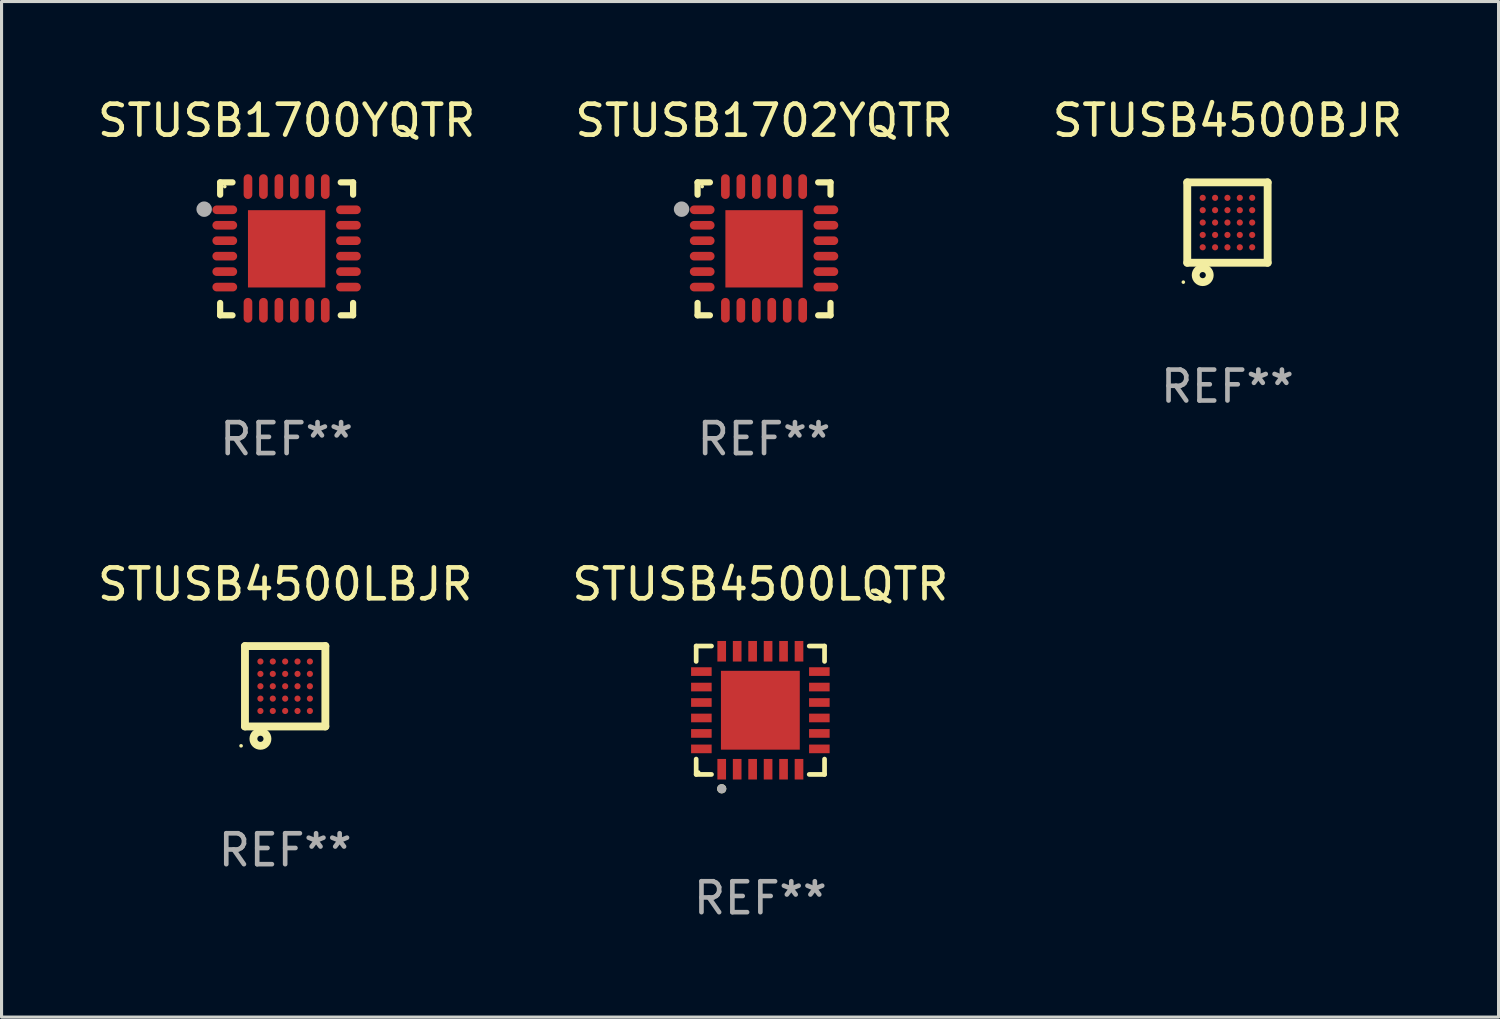
<source format=kicad_pcb>
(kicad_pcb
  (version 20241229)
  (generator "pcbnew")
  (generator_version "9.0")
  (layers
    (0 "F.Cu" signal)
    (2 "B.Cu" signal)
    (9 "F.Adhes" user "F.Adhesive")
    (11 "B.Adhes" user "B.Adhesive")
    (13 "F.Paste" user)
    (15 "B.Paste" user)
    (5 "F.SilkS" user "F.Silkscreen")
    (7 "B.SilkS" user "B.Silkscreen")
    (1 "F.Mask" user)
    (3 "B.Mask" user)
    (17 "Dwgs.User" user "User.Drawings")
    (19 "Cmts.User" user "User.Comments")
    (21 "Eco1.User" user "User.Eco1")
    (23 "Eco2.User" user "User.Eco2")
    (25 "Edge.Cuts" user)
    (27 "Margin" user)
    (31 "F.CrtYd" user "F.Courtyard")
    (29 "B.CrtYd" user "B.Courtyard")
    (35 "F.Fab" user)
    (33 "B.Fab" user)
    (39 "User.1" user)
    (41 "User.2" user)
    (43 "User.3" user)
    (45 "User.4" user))
  (footprint "STUSB1700YQTR"
    (layer "F.Cu")
    (at 6.22 4.998)
    (property "Reference" "STUSB1700YQTR" (at 0 -4.15 0) (layer "F.SilkS") (effects (font (size 1 1) (thickness 0.15))))
    (attr through_hole)
    (fp_line (start -2.15 -2.15) (end -1.75 -2.15) (stroke (width 0.2) (type solid)) (layer "F.SilkS"))
    (fp_line (start -2.15 -1.75) (end -2.15 -2.15) (stroke (width 0.2) (type solid)) (layer "F.SilkS"))
    (fp_line (start -2.15 2.15) (end -2.15 1.75) (stroke (width 0.2) (type solid)) (layer "F.SilkS"))
    (fp_line (start -1.75 2.15) (end -2.15 2.15) (stroke (width 0.2) (type solid)) (layer "F.SilkS"))
    (fp_line (start 1.75 -2.15) (end 2.15 -2.15) (stroke (width 0.2) (type solid)) (layer "F.SilkS"))
    (fp_line (start 1.75 2.15) (end 2.15 2.15) (stroke (width 0.2) (type solid)) (layer "F.SilkS"))
    (fp_line (start 2.15 -2.15) (end 2.15 -1.75) (stroke (width 0.2) (type solid)) (layer "F.SilkS"))
    (fp_line (start 2.15 2.15) (end 2.15 1.75) (stroke (width 0.2) (type solid)) (layer "F.SilkS"))
    (fp_circle (center -2 -2.013) (end -1.97 -2.013) (stroke (width 0.06) (type solid)) (fill no) (layer "F.SilkS"))
    (fp_circle (center -2.667 -1.283) (end -2.542 -1.283) (stroke (width 0.25) (type solid)) (fill no) (layer "F.Fab"))
    (fp_text user "REF**" (at 0 6.15 0) (layer "F.Fab") (effects (font (size 1 1) (thickness 0.15))))
    (pad "1" smd oval (at -2 -1.263) (size 0.8 0.28) (layers "F.Cu" "F.Mask" "F.Paste"))
    (pad "2" smd oval (at -2 -0.763) (size 0.8 0.28) (layers "F.Cu" "F.Mask" "F.Paste"))
    (pad "3" smd oval (at -2 -0.263) (size 0.8 0.28) (layers "F.Cu" "F.Mask" "F.Paste"))
    (pad "4" smd oval (at -2 0.237) (size 0.8 0.28) (layers "F.Cu" "F.Mask" "F.Paste"))
    (pad "5" smd oval (at -2 0.737) (size 0.8 0.28) (layers "F.Cu" "F.Mask" "F.Paste"))
    (pad "6" smd oval (at -2 1.237) (size 0.8 0.28) (layers "F.Cu" "F.Mask" "F.Paste"))
    (pad "7" smd oval (at -1.25 1.987) (size 0.28 0.8) (layers "F.Cu" "F.Mask" "F.Paste"))
    (pad "8" smd oval (at -0.75 1.987) (size 0.28 0.8) (layers "F.Cu" "F.Mask" "F.Paste"))
    (pad "9" smd oval (at -0.25 1.987) (size 0.28 0.8) (layers "F.Cu" "F.Mask" "F.Paste"))
    (pad "10" smd oval (at 0.25 1.987) (size 0.28 0.8) (layers "F.Cu" "F.Mask" "F.Paste"))
    (pad "11" smd oval (at 0.75 1.987) (size 0.28 0.8) (layers "F.Cu" "F.Mask" "F.Paste"))
    (pad "12" smd oval (at 1.25 1.987) (size 0.28 0.8) (layers "F.Cu" "F.Mask" "F.Paste"))
    (pad "13" smd oval (at 2 1.237) (size 0.8 0.28) (layers "F.Cu" "F.Mask" "F.Paste"))
    (pad "14" smd oval (at 2 0.737) (size 0.8 0.28) (layers "F.Cu" "F.Mask" "F.Paste"))
    (pad "15" smd oval (at 2 0.237) (size 0.8 0.28) (layers "F.Cu" "F.Mask" "F.Paste"))
    (pad "16" smd oval (at 2 -0.263) (size 0.8 0.28) (layers "F.Cu" "F.Mask" "F.Paste"))
    (pad "17" smd oval (at 2 -0.763) (size 0.8 0.28) (layers "F.Cu" "F.Mask" "F.Paste"))
    (pad "18" smd oval (at 2 -1.263) (size 0.8 0.28) (layers "F.Cu" "F.Mask" "F.Paste"))
    (pad "19" smd oval (at 1.25 -2.013) (size 0.28 0.8) (layers "F.Cu" "F.Mask" "F.Paste"))
    (pad "20" smd oval (at 0.75 -2.013) (size 0.28 0.8) (layers "F.Cu" "F.Mask" "F.Paste"))
    (pad "21" smd oval (at 0.25 -2.013) (size 0.28 0.8) (layers "F.Cu" "F.Mask" "F.Paste"))
    (pad "22" smd oval (at -0.25 -2.013) (size 0.28 0.8) (layers "F.Cu" "F.Mask" "F.Paste"))
    (pad "23" smd oval (at -0.75 -2.013) (size 0.28 0.8) (layers "F.Cu" "F.Mask" "F.Paste"))
    (pad "24" smd oval (at -1.25 -2.013) (size 0.28 0.8) (layers "F.Cu" "F.Mask" "F.Paste"))
    (pad "25" smd rect (at -0.000127 -0.00014) (size 2.5 2.5) (layers "F.Cu" "F.Mask" "F.Paste")))
  (footprint "STUSB4500LQTR"
    (layer "F.Cu")
    (at 21.542 19.921)
    (property "Reference" "STUSB4500LQTR" (at 0 -4.076 0) (layer "F.SilkS") (effects (font (size 1 1) (thickness 0.15))))
    (attr through_hole)
    (fp_line (start -2.076 -2.076) (end -1.58 -2.076) (stroke (width 0.152) (type solid)) (layer "F.SilkS"))
    (fp_line (start -2.076 -1.58) (end -2.076 -2.076) (stroke (width 0.152) (type solid)) (layer "F.SilkS"))
    (fp_line (start -2.076 1.58) (end -2.076 2.076) (stroke (width 0.152) (type solid)) (layer "F.SilkS"))
    (fp_line (start -2.076 2.076) (end -1.58 2.076) (stroke (width 0.152) (type solid)) (layer "F.SilkS"))
    (fp_line (start 2.076 -2.076) (end 1.58 -2.076) (stroke (width 0.152) (type solid)) (layer "F.SilkS"))
    (fp_line (start 2.076 -1.58) (end 2.076 -2.076) (stroke (width 0.152) (type solid)) (layer "F.SilkS"))
    (fp_line (start 2.076 1.58) (end 2.076 2.076) (stroke (width 0.152) (type solid)) (layer "F.SilkS"))
    (fp_line (start 2.076 2.076) (end 1.58 2.076) (stroke (width 0.152) (type solid)) (layer "F.SilkS"))
    (fp_circle (center -2 2) (end -1.97 2) (stroke (width 0.06) (type solid)) (fill no) (layer "F.SilkS"))
    (fp_circle (center -1.25 2.54) (end -1.175 2.54) (stroke (width 0.15) (type solid)) (fill no) (layer "F.SilkS"))
    (fp_circle (center -1.25 2.54) (end -1.175 2.54) (stroke (width 0.15) (type solid)) (fill no) (layer "F.Fab"))
    (fp_text user "REF**" (at 0 6.076 0) (layer "F.Fab") (effects (font (size 1 1) (thickness 0.15))))
    (pad "1" smd rect (at -1.25 1.908) (size 0.28 0.665) (layers "F.Cu" "F.Mask" "F.Paste"))
    (pad "2" smd rect (at -0.75 1.908) (size 0.28 0.665) (layers "F.Cu" "F.Mask" "F.Paste"))
    (pad "3" smd rect (at -0.25 1.908) (size 0.28 0.665) (layers "F.Cu" "F.Mask" "F.Paste"))
    (pad "4" smd rect (at 0.25 1.908) (size 0.28 0.665) (layers "F.Cu" "F.Mask" "F.Paste"))
    (pad "5" smd rect (at 0.75 1.908) (size 0.28 0.665) (layers "F.Cu" "F.Mask" "F.Paste"))
    (pad "6" smd rect (at 1.25 1.908) (size 0.28 0.665) (layers "F.Cu" "F.Mask" "F.Paste"))
    (pad "7" smd rect (at 1.908 1.25) (size 0.665 0.28) (layers "F.Cu" "F.Mask" "F.Paste"))
    (pad "8" smd rect (at 1.908 0.75) (size 0.665 0.28) (layers "F.Cu" "F.Mask" "F.Paste"))
    (pad "9" smd rect (at 1.908 0.25) (size 0.665 0.28) (layers "F.Cu" "F.Mask" "F.Paste"))
    (pad "10" smd rect (at 1.908 -0.25) (size 0.665 0.28) (layers "F.Cu" "F.Mask" "F.Paste"))
    (pad "11" smd rect (at 1.908 -0.75) (size 0.665 0.28) (layers "F.Cu" "F.Mask" "F.Paste"))
    (pad "12" smd rect (at 1.908 -1.25) (size 0.665 0.28) (layers "F.Cu" "F.Mask" "F.Paste"))
    (pad "13" smd rect (at 1.25 -1.908) (size 0.28 0.665) (layers "F.Cu" "F.Mask" "F.Paste"))
    (pad "14" smd rect (at 0.75 -1.908) (size 0.28 0.665) (layers "F.Cu" "F.Mask" "F.Paste"))
    (pad "15" smd rect (at 0.25 -1.908) (size 0.28 0.665) (layers "F.Cu" "F.Mask" "F.Paste"))
    (pad "16" smd rect (at -0.25 -1.908) (size 0.28 0.665) (layers "F.Cu" "F.Mask" "F.Paste"))
    (pad "17" smd rect (at -0.75 -1.908) (size 0.28 0.665) (layers "F.Cu" "F.Mask" "F.Paste"))
    (pad "18" smd rect (at -1.25 -1.908) (size 0.28 0.665) (layers "F.Cu" "F.Mask" "F.Paste"))
    (pad "19" smd rect (at -1.908 -1.25) (size 0.665 0.28) (layers "F.Cu" "F.Mask" "F.Paste"))
    (pad "20" smd rect (at -1.908 -0.75) (size 0.665 0.28) (layers "F.Cu" "F.Mask" "F.Paste"))
    (pad "21" smd rect (at -1.908 -0.25) (size 0.665 0.28) (layers "F.Cu" "F.Mask" "F.Paste"))
    (pad "22" smd rect (at -1.908 0.25) (size 0.665 0.28) (layers "F.Cu" "F.Mask" "F.Paste"))
    (pad "23" smd rect (at -1.908 0.75) (size 0.665 0.28) (layers "F.Cu" "F.Mask" "F.Paste"))
    (pad "24" smd rect (at -1.908 1.25) (size 0.665 0.28) (layers "F.Cu" "F.Mask" "F.Paste"))
    (pad "25" smd rect (at 0 0) (size 2.55 2.55) (layers "F.Cu" "F.Mask" "F.Paste")))
  (footprint "STUSB4500BJR"
    (layer "F.Cu")
    (at 36.649 4.148)
    (property "Reference" "STUSB4500BJR" (at 0 -3.3 0) (layer "F.SilkS") (effects (font (size 1 1) (thickness 0.15))))
    (attr through_hole)
    (fp_line (start -1.3 -1.3) (end 1.3 -1.3) (stroke (width 0.254) (type solid)) (layer "F.SilkS"))
    (fp_line (start -1.3 1.3) (end -1.3 -1.3) (stroke (width 0.254) (type solid)) (layer "F.SilkS"))
    (fp_line (start 1.3 -1.3) (end 1.3 1.3) (stroke (width 0.254) (type solid)) (layer "F.SilkS"))
    (fp_line (start 1.3 1.3) (end -1.3 1.3) (stroke (width 0.254) (type solid)) (layer "F.SilkS"))
    (fp_circle (center -1.427 1.927) (end -1.397 1.927) (stroke (width 0.06) (type solid)) (fill no) (layer "F.SilkS"))
    (fp_circle (center -0.8 1.7) (end -0.7 1.7) (stroke (width 0.254) (type solid)) (fill no) (layer "F.SilkS"))
    (fp_text user "REF**" (at 0 5.3 0) (layer "F.Fab") (effects (font (size 1 1) (thickness 0.15))))
    (pad "A1" smd circle (at -0.8 0.8) (size 0.2 0.2) (layers "F.Cu" "F.Mask" "F.Paste"))
    (pad "A2" smd circle (at -0.8 0.4) (size 0.2 0.2) (layers "F.Cu" "F.Mask" "F.Paste"))
    (pad "A3" smd circle (at -0.8 0) (size 0.2 0.2) (layers "F.Cu" "F.Mask" "F.Paste"))
    (pad "A4" smd circle (at -0.8 -0.4) (size 0.2 0.2) (layers "F.Cu" "F.Mask" "F.Paste"))
    (pad "A5" smd circle (at -0.8 -0.8) (size 0.2 0.2) (layers "F.Cu" "F.Mask" "F.Paste"))
    (pad "B1" smd circle (at -0.4 0.8) (size 0.2 0.2) (layers "F.Cu" "F.Mask" "F.Paste"))
    (pad "B2" smd circle (at -0.4 0.4) (size 0.2 0.2) (layers "F.Cu" "F.Mask" "F.Paste"))
    (pad "B3" smd circle (at -0.4 0) (size 0.2 0.2) (layers "F.Cu" "F.Mask" "F.Paste"))
    (pad "B4" smd circle (at -0.4 -0.4) (size 0.2 0.2) (layers "F.Cu" "F.Mask" "F.Paste"))
    (pad "B5" smd circle (at -0.4 -0.8) (size 0.2 0.2) (layers "F.Cu" "F.Mask" "F.Paste"))
    (pad "C1" smd circle (at 0 0.8) (size 0.2 0.2) (layers "F.Cu" "F.Mask" "F.Paste"))
    (pad "C2" smd circle (at 0 0.4) (size 0.2 0.2) (layers "F.Cu" "F.Mask" "F.Paste"))
    (pad "C3" smd circle (at 0 0) (size 0.2 0.2) (layers "F.Cu" "F.Mask" "F.Paste"))
    (pad "C4" smd circle (at 0 -0.4) (size 0.2 0.2) (layers "F.Cu" "F.Mask" "F.Paste"))
    (pad "C5" smd circle (at 0 -0.8) (size 0.2 0.2) (layers "F.Cu" "F.Mask" "F.Paste"))
    (pad "D1" smd circle (at 0.4 0.8) (size 0.2 0.2) (layers "F.Cu" "F.Mask" "F.Paste"))
    (pad "D2" smd circle (at 0.4 0.4) (size 0.2 0.2) (layers "F.Cu" "F.Mask" "F.Paste"))
    (pad "D3" smd circle (at 0.4 0) (size 0.2 0.2) (layers "F.Cu" "F.Mask" "F.Paste"))
    (pad "D4" smd circle (at 0.4 -0.4) (size 0.2 0.2) (layers "F.Cu" "F.Mask" "F.Paste"))
    (pad "D5" smd circle (at 0.4 -0.8) (size 0.2 0.2) (layers "F.Cu" "F.Mask" "F.Paste"))
    (pad "E1" smd circle (at 0.8 0.8) (size 0.2 0.2) (layers "F.Cu" "F.Mask" "F.Paste"))
    (pad "E2" smd circle (at 0.8 0.4) (size 0.2 0.2) (layers "F.Cu" "F.Mask" "F.Paste"))
    (pad "E3" smd circle (at 0.8 0) (size 0.2 0.2) (layers "F.Cu" "F.Mask" "F.Paste"))
    (pad "E4" smd circle (at 0.8 -0.4) (size 0.2 0.2) (layers "F.Cu" "F.Mask" "F.Paste"))
    (pad "E5" smd circle (at 0.8 -0.8) (size 0.2 0.2) (layers "F.Cu" "F.Mask" "F.Paste")))
  (footprint "STUSB1702YQTR"
    (layer "F.Cu")
    (at 21.661 4.998)
    (property "Reference" "STUSB1702YQTR" (at 0 -4.15 0) (layer "F.SilkS") (effects (font (size 1 1) (thickness 0.15))))
    (attr through_hole)
    (fp_line (start -2.15 -2.15) (end -1.75 -2.15) (stroke (width 0.2) (type solid)) (layer "F.SilkS"))
    (fp_line (start -2.15 -1.75) (end -2.15 -2.15) (stroke (width 0.2) (type solid)) (layer "F.SilkS"))
    (fp_line (start -2.15 2.15) (end -2.15 1.75) (stroke (width 0.2) (type solid)) (layer "F.SilkS"))
    (fp_line (start -1.75 2.15) (end -2.15 2.15) (stroke (width 0.2) (type solid)) (layer "F.SilkS"))
    (fp_line (start 1.75 -2.15) (end 2.15 -2.15) (stroke (width 0.2) (type solid)) (layer "F.SilkS"))
    (fp_line (start 1.75 2.15) (end 2.15 2.15) (stroke (width 0.2) (type solid)) (layer "F.SilkS"))
    (fp_line (start 2.15 -2.15) (end 2.15 -1.75) (stroke (width 0.2) (type solid)) (layer "F.SilkS"))
    (fp_line (start 2.15 2.15) (end 2.15 1.75) (stroke (width 0.2) (type solid)) (layer "F.SilkS"))
    (fp_circle (center -2 -2.013) (end -1.97 -2.013) (stroke (width 0.06) (type solid)) (fill no) (layer "F.SilkS"))
    (fp_circle (center -2.667 -1.283) (end -2.542 -1.283) (stroke (width 0.25) (type solid)) (fill no) (layer "F.Fab"))
    (fp_text user "REF**" (at 0 6.15 0) (layer "F.Fab") (effects (font (size 1 1) (thickness 0.15))))
    (pad "1" smd oval (at -2 -1.263) (size 0.8 0.28) (layers "F.Cu" "F.Mask" "F.Paste"))
    (pad "2" smd oval (at -2 -0.763) (size 0.8 0.28) (layers "F.Cu" "F.Mask" "F.Paste"))
    (pad "3" smd oval (at -2 -0.263) (size 0.8 0.28) (layers "F.Cu" "F.Mask" "F.Paste"))
    (pad "4" smd oval (at -2 0.237) (size 0.8 0.28) (layers "F.Cu" "F.Mask" "F.Paste"))
    (pad "5" smd oval (at -2 0.737) (size 0.8 0.28) (layers "F.Cu" "F.Mask" "F.Paste"))
    (pad "6" smd oval (at -2 1.237) (size 0.8 0.28) (layers "F.Cu" "F.Mask" "F.Paste"))
    (pad "7" smd oval (at -1.25 1.987) (size 0.28 0.8) (layers "F.Cu" "F.Mask" "F.Paste"))
    (pad "8" smd oval (at -0.75 1.987) (size 0.28 0.8) (layers "F.Cu" "F.Mask" "F.Paste"))
    (pad "9" smd oval (at -0.25 1.987) (size 0.28 0.8) (layers "F.Cu" "F.Mask" "F.Paste"))
    (pad "10" smd oval (at 0.25 1.987) (size 0.28 0.8) (layers "F.Cu" "F.Mask" "F.Paste"))
    (pad "11" smd oval (at 0.75 1.987) (size 0.28 0.8) (layers "F.Cu" "F.Mask" "F.Paste"))
    (pad "12" smd oval (at 1.25 1.987) (size 0.28 0.8) (layers "F.Cu" "F.Mask" "F.Paste"))
    (pad "13" smd oval (at 2 1.237) (size 0.8 0.28) (layers "F.Cu" "F.Mask" "F.Paste"))
    (pad "14" smd oval (at 2 0.737) (size 0.8 0.28) (layers "F.Cu" "F.Mask" "F.Paste"))
    (pad "15" smd oval (at 2 0.237) (size 0.8 0.28) (layers "F.Cu" "F.Mask" "F.Paste"))
    (pad "16" smd oval (at 2 -0.263) (size 0.8 0.28) (layers "F.Cu" "F.Mask" "F.Paste"))
    (pad "17" smd oval (at 2 -0.763) (size 0.8 0.28) (layers "F.Cu" "F.Mask" "F.Paste"))
    (pad "18" smd oval (at 2 -1.263) (size 0.8 0.28) (layers "F.Cu" "F.Mask" "F.Paste"))
    (pad "19" smd oval (at 1.25 -2.013) (size 0.28 0.8) (layers "F.Cu" "F.Mask" "F.Paste"))
    (pad "20" smd oval (at 0.75 -2.013) (size 0.28 0.8) (layers "F.Cu" "F.Mask" "F.Paste"))
    (pad "21" smd oval (at 0.25 -2.013) (size 0.28 0.8) (layers "F.Cu" "F.Mask" "F.Paste"))
    (pad "22" smd oval (at -0.25 -2.013) (size 0.28 0.8) (layers "F.Cu" "F.Mask" "F.Paste"))
    (pad "23" smd oval (at -0.75 -2.013) (size 0.28 0.8) (layers "F.Cu" "F.Mask" "F.Paste"))
    (pad "24" smd oval (at -1.25 -2.013) (size 0.28 0.8) (layers "F.Cu" "F.Mask" "F.Paste"))
    (pad "25" smd rect (at -0.000127 -0.00014) (size 2.5 2.5) (layers "F.Cu" "F.Mask" "F.Paste")))
  (footprint "STUSB4500LBJR"
    (layer "F.Cu")
    (at 6.173 19.145)
    (property "Reference" "STUSB4500LBJR" (at 0 -3.3 0) (layer "F.SilkS") (effects (font (size 1 1) (thickness 0.15))))
    (attr through_hole)
    (fp_line (start -1.3 -1.3) (end 1.3 -1.3) (stroke (width 0.254) (type solid)) (layer "F.SilkS"))
    (fp_line (start -1.3 1.3) (end -1.3 -1.3) (stroke (width 0.254) (type solid)) (layer "F.SilkS"))
    (fp_line (start 1.3 -1.3) (end 1.3 1.3) (stroke (width 0.254) (type solid)) (layer "F.SilkS"))
    (fp_line (start 1.3 1.3) (end -1.3 1.3) (stroke (width 0.254) (type solid)) (layer "F.SilkS"))
    (fp_circle (center -1.427 1.927) (end -1.397 1.927) (stroke (width 0.06) (type solid)) (fill no) (layer "F.SilkS"))
    (fp_circle (center -0.8 1.7) (end -0.7 1.7) (stroke (width 0.254) (type solid)) (fill no) (layer "F.SilkS"))
    (fp_text user "REF**" (at 0 5.3 0) (layer "F.Fab") (effects (font (size 1 1) (thickness 0.15))))
    (pad "A1" smd circle (at -0.8 0.8) (size 0.2 0.2) (layers "F.Cu" "F.Mask" "F.Paste"))
    (pad "A2" smd circle (at -0.8 0.4) (size 0.2 0.2) (layers "F.Cu" "F.Mask" "F.Paste"))
    (pad "A3" smd circle (at -0.8 0) (size 0.2 0.2) (layers "F.Cu" "F.Mask" "F.Paste"))
    (pad "A4" smd circle (at -0.8 -0.4) (size 0.2 0.2) (layers "F.Cu" "F.Mask" "F.Paste"))
    (pad "A5" smd circle (at -0.8 -0.8) (size 0.2 0.2) (layers "F.Cu" "F.Mask" "F.Paste"))
    (pad "B1" smd circle (at -0.4 0.8) (size 0.2 0.2) (layers "F.Cu" "F.Mask" "F.Paste"))
    (pad "B2" smd circle (at -0.4 0.4) (size 0.2 0.2) (layers "F.Cu" "F.Mask" "F.Paste"))
    (pad "B3" smd circle (at -0.4 0) (size 0.2 0.2) (layers "F.Cu" "F.Mask" "F.Paste"))
    (pad "B4" smd circle (at -0.4 -0.4) (size 0.2 0.2) (layers "F.Cu" "F.Mask" "F.Paste"))
    (pad "B5" smd circle (at -0.4 -0.8) (size 0.2 0.2) (layers "F.Cu" "F.Mask" "F.Paste"))
    (pad "C1" smd circle (at 0 0.8) (size 0.2 0.2) (layers "F.Cu" "F.Mask" "F.Paste"))
    (pad "C2" smd circle (at 0 0.4) (size 0.2 0.2) (layers "F.Cu" "F.Mask" "F.Paste"))
    (pad "C3" smd circle (at 0 0) (size 0.2 0.2) (layers "F.Cu" "F.Mask" "F.Paste"))
    (pad "C4" smd circle (at 0 -0.4) (size 0.2 0.2) (layers "F.Cu" "F.Mask" "F.Paste"))
    (pad "C5" smd circle (at 0 -0.8) (size 0.2 0.2) (layers "F.Cu" "F.Mask" "F.Paste"))
    (pad "D1" smd circle (at 0.4 0.8) (size 0.2 0.2) (layers "F.Cu" "F.Mask" "F.Paste"))
    (pad "D2" smd circle (at 0.4 0.4) (size 0.2 0.2) (layers "F.Cu" "F.Mask" "F.Paste"))
    (pad "D3" smd circle (at 0.4 0) (size 0.2 0.2) (layers "F.Cu" "F.Mask" "F.Paste"))
    (pad "D4" smd circle (at 0.4 -0.4) (size 0.2 0.2) (layers "F.Cu" "F.Mask" "F.Paste"))
    (pad "D5" smd circle (at 0.4 -0.8) (size 0.2 0.2) (layers "F.Cu" "F.Mask" "F.Paste"))
    (pad "E1" smd circle (at 0.8 0.8) (size 0.2 0.2) (layers "F.Cu" "F.Mask" "F.Paste"))
    (pad "E2" smd circle (at 0.8 0.4) (size 0.2 0.2) (layers "F.Cu" "F.Mask" "F.Paste"))
    (pad "E3" smd circle (at 0.8 0) (size 0.2 0.2) (layers "F.Cu" "F.Mask" "F.Paste"))
    (pad "E4" smd circle (at 0.8 -0.4) (size 0.2 0.2) (layers "F.Cu" "F.Mask" "F.Paste"))
    (pad "E5" smd circle (at 0.8 -0.8) (size 0.2 0.2) (layers "F.Cu" "F.Mask" "F.Paste")))
  (gr_rect
    (start -3 -3)
    (end 45.417 29.846)
    (stroke (width 0.1) (type default))
    (fill no)
    (layer "Edge.Cuts")))
</source>
